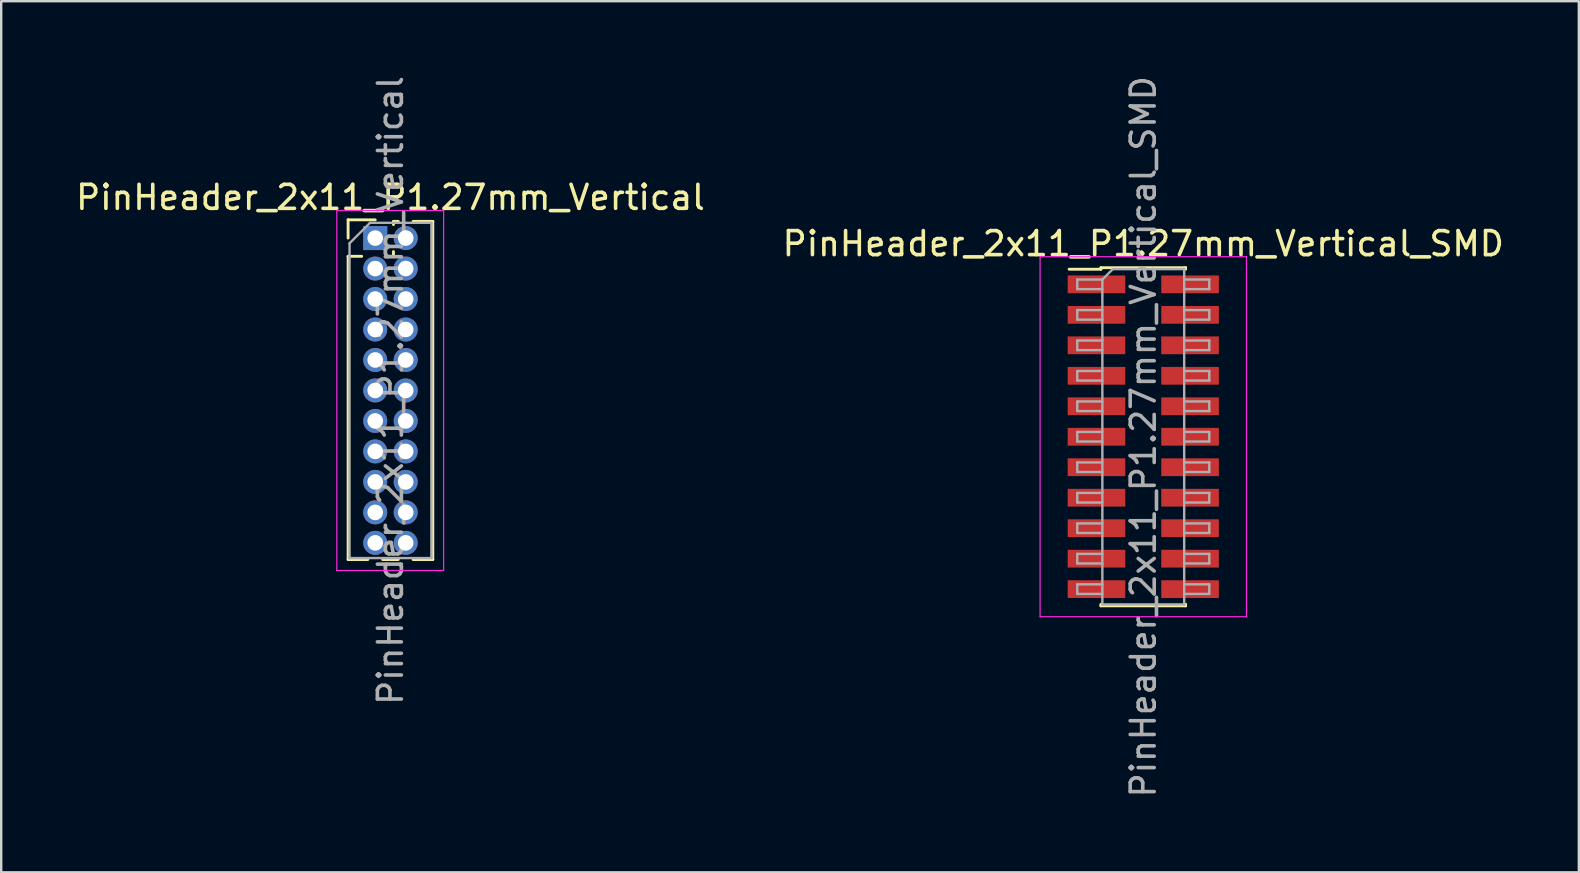
<source format=kicad_pcb>
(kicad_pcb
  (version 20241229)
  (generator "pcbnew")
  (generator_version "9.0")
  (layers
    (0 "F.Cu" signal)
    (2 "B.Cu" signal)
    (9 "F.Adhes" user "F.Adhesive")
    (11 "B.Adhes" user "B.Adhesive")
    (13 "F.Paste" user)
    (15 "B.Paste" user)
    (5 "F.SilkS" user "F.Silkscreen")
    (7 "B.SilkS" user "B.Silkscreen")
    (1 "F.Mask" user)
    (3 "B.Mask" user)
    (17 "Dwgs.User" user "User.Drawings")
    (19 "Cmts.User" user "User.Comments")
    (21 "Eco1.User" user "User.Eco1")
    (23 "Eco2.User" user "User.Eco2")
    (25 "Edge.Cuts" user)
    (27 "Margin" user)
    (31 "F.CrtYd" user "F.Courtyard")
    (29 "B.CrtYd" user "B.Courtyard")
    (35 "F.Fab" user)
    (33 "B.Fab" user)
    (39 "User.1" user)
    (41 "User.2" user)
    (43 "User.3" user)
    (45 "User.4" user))
  (footprint "PinHeader_2x11_P1.27mm_Vertical"
    (layer "F.Cu")
    (at 12.585 6.87)
    (property "Reference" "PinHeader_2x11_P1.27mm_Vertical" (at 0.635 -1.695 0) (layer "F.SilkS") (effects (font (size 1 1) (thickness 0.15))))
    (attr through_hole)
    (fp_line (start -1.13 -0.76) (end 0 -0.76) (stroke (width 0.12) (type solid)) (layer "F.SilkS"))
    (fp_line (start -1.13 0) (end -1.13 -0.76) (stroke (width 0.12) (type solid)) (layer "F.SilkS"))
    (fp_line (start -1.13 0.76) (end -1.13 13.395) (stroke (width 0.12) (type solid)) (layer "F.SilkS"))
    (fp_line (start -1.13 0.76) (end -0.563 0.76) (stroke (width 0.12) (type solid)) (layer "F.SilkS"))
    (fp_line (start -1.13 13.395) (end -0.308 13.395) (stroke (width 0.12) (type solid)) (layer "F.SilkS"))
    (fp_line (start 0.308 13.395) (end 0.962 13.395) (stroke (width 0.12) (type solid)) (layer "F.SilkS"))
    (fp_line (start 0.563 0.76) (end 0.707 0.76) (stroke (width 0.12) (type solid)) (layer "F.SilkS"))
    (fp_line (start 0.76 -0.695) (end 0.962 -0.695) (stroke (width 0.12) (type solid)) (layer "F.SilkS"))
    (fp_line (start 0.76 -0.563) (end 0.76 -0.695) (stroke (width 0.12) (type solid)) (layer "F.SilkS"))
    (fp_line (start 0.76 0.707) (end 0.76 0.563) (stroke (width 0.12) (type solid)) (layer "F.SilkS"))
    (fp_line (start 1.578 -0.695) (end 2.4 -0.695) (stroke (width 0.12) (type solid)) (layer "F.SilkS"))
    (fp_line (start 1.578 13.395) (end 2.4 13.395) (stroke (width 0.12) (type solid)) (layer "F.SilkS"))
    (fp_line (start 2.4 -0.695) (end 2.4 13.395) (stroke (width 0.12) (type solid)) (layer "F.SilkS"))
    (fp_line (start -1.6 -1.15) (end -1.6 13.85) (stroke (width 0.05) (type solid)) (layer "F.CrtYd"))
    (fp_line (start -1.6 13.85) (end 2.85 13.85) (stroke (width 0.05) (type solid)) (layer "F.CrtYd"))
    (fp_line (start 2.85 -1.15) (end -1.6 -1.15) (stroke (width 0.05) (type solid)) (layer "F.CrtYd"))
    (fp_line (start 2.85 13.85) (end 2.85 -1.15) (stroke (width 0.05) (type solid)) (layer "F.CrtYd"))
    (fp_line (start -1.07 0.217) (end -0.217 -0.635) (stroke (width 0.1) (type solid)) (layer "F.Fab"))
    (fp_line (start -1.07 13.335) (end -1.07 0.217) (stroke (width 0.1) (type solid)) (layer "F.Fab"))
    (fp_line (start -0.217 -0.635) (end 2.34 -0.635) (stroke (width 0.1) (type solid)) (layer "F.Fab"))
    (fp_line (start 2.34 -0.635) (end 2.34 13.335) (stroke (width 0.1) (type solid)) (layer "F.Fab"))
    (fp_line (start 2.34 13.335) (end -1.07 13.335) (stroke (width 0.1) (type solid)) (layer "F.Fab"))
    (fp_text user "${REFERENCE}" (at 0.635 6.35 90) (layer "F.Fab") (effects (font (size 1 1) (thickness 0.15))))
    (pad "1" thru_hole rect (at 0 0) (size 1 1) (drill 0.65) (layers "*.Cu" "*.Mask"))
    (pad "2" thru_hole oval (at 1.27 0) (size 1 1) (drill 0.65) (layers "*.Cu" "*.Mask"))
    (pad "3" thru_hole oval (at 0 1.27) (size 1 1) (drill 0.65) (layers "*.Cu" "*.Mask"))
    (pad "4" thru_hole oval (at 1.27 1.27) (size 1 1) (drill 0.65) (layers "*.Cu" "*.Mask"))
    (pad "5" thru_hole oval (at 0 2.54) (size 1 1) (drill 0.65) (layers "*.Cu" "*.Mask"))
    (pad "6" thru_hole oval (at 1.27 2.54) (size 1 1) (drill 0.65) (layers "*.Cu" "*.Mask"))
    (pad "7" thru_hole oval (at 0 3.81) (size 1 1) (drill 0.65) (layers "*.Cu" "*.Mask"))
    (pad "8" thru_hole oval (at 1.27 3.81) (size 1 1) (drill 0.65) (layers "*.Cu" "*.Mask"))
    (pad "9" thru_hole oval (at 0 5.08) (size 1 1) (drill 0.65) (layers "*.Cu" "*.Mask"))
    (pad "10" thru_hole oval (at 1.27 5.08) (size 1 1) (drill 0.65) (layers "*.Cu" "*.Mask"))
    (pad "11" thru_hole oval (at 0 6.35) (size 1 1) (drill 0.65) (layers "*.Cu" "*.Mask"))
    (pad "12" thru_hole oval (at 1.27 6.35) (size 1 1) (drill 0.65) (layers "*.Cu" "*.Mask"))
    (pad "13" thru_hole oval (at 0 7.62) (size 1 1) (drill 0.65) (layers "*.Cu" "*.Mask"))
    (pad "14" thru_hole oval (at 1.27 7.62) (size 1 1) (drill 0.65) (layers "*.Cu" "*.Mask"))
    (pad "15" thru_hole oval (at 0 8.89) (size 1 1) (drill 0.65) (layers "*.Cu" "*.Mask"))
    (pad "16" thru_hole oval (at 1.27 8.89) (size 1 1) (drill 0.65) (layers "*.Cu" "*.Mask"))
    (pad "17" thru_hole oval (at 0 10.16) (size 1 1) (drill 0.65) (layers "*.Cu" "*.Mask"))
    (pad "18" thru_hole oval (at 1.27 10.16) (size 1 1) (drill 0.65) (layers "*.Cu" "*.Mask"))
    (pad "19" thru_hole oval (at 0 11.43) (size 1 1) (drill 0.65) (layers "*.Cu" "*.Mask"))
    (pad "20" thru_hole oval (at 1.27 11.43) (size 1 1) (drill 0.65) (layers "*.Cu" "*.Mask"))
    (pad "21" thru_hole oval (at 0 12.7) (size 1 1) (drill 0.65) (layers "*.Cu" "*.Mask"))
    (pad "22" thru_hole oval (at 1.27 12.7) (size 1 1) (drill 0.65) (layers "*.Cu" "*.Mask")))
  (footprint "PinHeader_2x11_P1.27mm_Vertical_SMD"
    (layer "F.Cu")
    (at 44.589 15.149)
    (property "Reference" "PinHeader_2x11_P1.27mm_Vertical_SMD" (at 0 -8.045 0) (layer "F.SilkS") (effects (font (size 1 1) (thickness 0.15))))
    (attr smd)
    (fp_line (start -3.09 -6.98) (end -1.765 -6.98) (stroke (width 0.12) (type solid)) (layer "F.SilkS"))
    (fp_line (start -1.765 -7.045) (end -1.765 -6.98) (stroke (width 0.12) (type solid)) (layer "F.SilkS"))
    (fp_line (start -1.765 -7.045) (end 1.765 -7.045) (stroke (width 0.12) (type solid)) (layer "F.SilkS"))
    (fp_line (start -1.765 6.98) (end -1.765 7.045) (stroke (width 0.12) (type solid)) (layer "F.SilkS"))
    (fp_line (start -1.765 7.045) (end 1.765 7.045) (stroke (width 0.12) (type solid)) (layer "F.SilkS"))
    (fp_line (start 1.765 -7.045) (end 1.765 -6.98) (stroke (width 0.12) (type solid)) (layer "F.SilkS"))
    (fp_line (start 1.765 6.98) (end 1.765 7.045) (stroke (width 0.12) (type solid)) (layer "F.SilkS"))
    (fp_line (start -4.3 -7.5) (end -4.3 7.5) (stroke (width 0.05) (type solid)) (layer "F.CrtYd"))
    (fp_line (start -4.3 7.5) (end 4.3 7.5) (stroke (width 0.05) (type solid)) (layer "F.CrtYd"))
    (fp_line (start 4.3 -7.5) (end -4.3 -7.5) (stroke (width 0.05) (type solid)) (layer "F.CrtYd"))
    (fp_line (start 4.3 7.5) (end 4.3 -7.5) (stroke (width 0.05) (type solid)) (layer "F.CrtYd"))
    (fp_line (start -2.75 -6.55) (end -2.75 -6.15) (stroke (width 0.1) (type solid)) (layer "F.Fab"))
    (fp_line (start -2.75 -6.15) (end -1.705 -6.15) (stroke (width 0.1) (type solid)) (layer "F.Fab"))
    (fp_line (start -2.75 -5.28) (end -2.75 -4.88) (stroke (width 0.1) (type solid)) (layer "F.Fab"))
    (fp_line (start -2.75 -4.88) (end -1.705 -4.88) (stroke (width 0.1) (type solid)) (layer "F.Fab"))
    (fp_line (start -2.75 -4.01) (end -2.75 -3.61) (stroke (width 0.1) (type solid)) (layer "F.Fab"))
    (fp_line (start -2.75 -3.61) (end -1.705 -3.61) (stroke (width 0.1) (type solid)) (layer "F.Fab"))
    (fp_line (start -2.75 -2.74) (end -2.75 -2.34) (stroke (width 0.1) (type solid)) (layer "F.Fab"))
    (fp_line (start -2.75 -2.34) (end -1.705 -2.34) (stroke (width 0.1) (type solid)) (layer "F.Fab"))
    (fp_line (start -2.75 -1.47) (end -2.75 -1.07) (stroke (width 0.1) (type solid)) (layer "F.Fab"))
    (fp_line (start -2.75 -1.07) (end -1.705 -1.07) (stroke (width 0.1) (type solid)) (layer "F.Fab"))
    (fp_line (start -2.75 -0.2) (end -2.75 0.2) (stroke (width 0.1) (type solid)) (layer "F.Fab"))
    (fp_line (start -2.75 0.2) (end -1.705 0.2) (stroke (width 0.1) (type solid)) (layer "F.Fab"))
    (fp_line (start -2.75 1.07) (end -2.75 1.47) (stroke (width 0.1) (type solid)) (layer "F.Fab"))
    (fp_line (start -2.75 1.47) (end -1.705 1.47) (stroke (width 0.1) (type solid)) (layer "F.Fab"))
    (fp_line (start -2.75 2.34) (end -2.75 2.74) (stroke (width 0.1) (type solid)) (layer "F.Fab"))
    (fp_line (start -2.75 2.74) (end -1.705 2.74) (stroke (width 0.1) (type solid)) (layer "F.Fab"))
    (fp_line (start -2.75 3.61) (end -2.75 4.01) (stroke (width 0.1) (type solid)) (layer "F.Fab"))
    (fp_line (start -2.75 4.01) (end -1.705 4.01) (stroke (width 0.1) (type solid)) (layer "F.Fab"))
    (fp_line (start -2.75 4.88) (end -2.75 5.28) (stroke (width 0.1) (type solid)) (layer "F.Fab"))
    (fp_line (start -2.75 5.28) (end -1.705 5.28) (stroke (width 0.1) (type solid)) (layer "F.Fab"))
    (fp_line (start -2.75 6.15) (end -2.75 6.55) (stroke (width 0.1) (type solid)) (layer "F.Fab"))
    (fp_line (start -2.75 6.55) (end -1.705 6.55) (stroke (width 0.1) (type solid)) (layer "F.Fab"))
    (fp_line (start -1.705 -6.55) (end -2.75 -6.55) (stroke (width 0.1) (type solid)) (layer "F.Fab"))
    (fp_line (start -1.705 -6.55) (end -1.27 -6.985) (stroke (width 0.1) (type solid)) (layer "F.Fab"))
    (fp_line (start -1.705 -5.28) (end -2.75 -5.28) (stroke (width 0.1) (type solid)) (layer "F.Fab"))
    (fp_line (start -1.705 -4.01) (end -2.75 -4.01) (stroke (width 0.1) (type solid)) (layer "F.Fab"))
    (fp_line (start -1.705 -2.74) (end -2.75 -2.74) (stroke (width 0.1) (type solid)) (layer "F.Fab"))
    (fp_line (start -1.705 -1.47) (end -2.75 -1.47) (stroke (width 0.1) (type solid)) (layer "F.Fab"))
    (fp_line (start -1.705 -0.2) (end -2.75 -0.2) (stroke (width 0.1) (type solid)) (layer "F.Fab"))
    (fp_line (start -1.705 1.07) (end -2.75 1.07) (stroke (width 0.1) (type solid)) (layer "F.Fab"))
    (fp_line (start -1.705 2.34) (end -2.75 2.34) (stroke (width 0.1) (type solid)) (layer "F.Fab"))
    (fp_line (start -1.705 3.61) (end -2.75 3.61) (stroke (width 0.1) (type solid)) (layer "F.Fab"))
    (fp_line (start -1.705 4.88) (end -2.75 4.88) (stroke (width 0.1) (type solid)) (layer "F.Fab"))
    (fp_line (start -1.705 6.15) (end -2.75 6.15) (stroke (width 0.1) (type solid)) (layer "F.Fab"))
    (fp_line (start -1.705 6.985) (end -1.705 -6.55) (stroke (width 0.1) (type solid)) (layer "F.Fab"))
    (fp_line (start -1.27 -6.985) (end 1.705 -6.985) (stroke (width 0.1) (type solid)) (layer "F.Fab"))
    (fp_line (start 1.705 -6.985) (end 1.705 6.985) (stroke (width 0.1) (type solid)) (layer "F.Fab"))
    (fp_line (start 1.705 -6.55) (end 2.75 -6.55) (stroke (width 0.1) (type solid)) (layer "F.Fab"))
    (fp_line (start 1.705 -5.28) (end 2.75 -5.28) (stroke (width 0.1) (type solid)) (layer "F.Fab"))
    (fp_line (start 1.705 -4.01) (end 2.75 -4.01) (stroke (width 0.1) (type solid)) (layer "F.Fab"))
    (fp_line (start 1.705 -2.74) (end 2.75 -2.74) (stroke (width 0.1) (type solid)) (layer "F.Fab"))
    (fp_line (start 1.705 -1.47) (end 2.75 -1.47) (stroke (width 0.1) (type solid)) (layer "F.Fab"))
    (fp_line (start 1.705 -0.2) (end 2.75 -0.2) (stroke (width 0.1) (type solid)) (layer "F.Fab"))
    (fp_line (start 1.705 1.07) (end 2.75 1.07) (stroke (width 0.1) (type solid)) (layer "F.Fab"))
    (fp_line (start 1.705 2.34) (end 2.75 2.34) (stroke (width 0.1) (type solid)) (layer "F.Fab"))
    (fp_line (start 1.705 3.61) (end 2.75 3.61) (stroke (width 0.1) (type solid)) (layer "F.Fab"))
    (fp_line (start 1.705 4.88) (end 2.75 4.88) (stroke (width 0.1) (type solid)) (layer "F.Fab"))
    (fp_line (start 1.705 6.15) (end 2.75 6.15) (stroke (width 0.1) (type solid)) (layer "F.Fab"))
    (fp_line (start 1.705 6.985) (end -1.705 6.985) (stroke (width 0.1) (type solid)) (layer "F.Fab"))
    (fp_line (start 2.75 -6.55) (end 2.75 -6.15) (stroke (width 0.1) (type solid)) (layer "F.Fab"))
    (fp_line (start 2.75 -6.15) (end 1.705 -6.15) (stroke (width 0.1) (type solid)) (layer "F.Fab"))
    (fp_line (start 2.75 -5.28) (end 2.75 -4.88) (stroke (width 0.1) (type solid)) (layer "F.Fab"))
    (fp_line (start 2.75 -4.88) (end 1.705 -4.88) (stroke (width 0.1) (type solid)) (layer "F.Fab"))
    (fp_line (start 2.75 -4.01) (end 2.75 -3.61) (stroke (width 0.1) (type solid)) (layer "F.Fab"))
    (fp_line (start 2.75 -3.61) (end 1.705 -3.61) (stroke (width 0.1) (type solid)) (layer "F.Fab"))
    (fp_line (start 2.75 -2.74) (end 2.75 -2.34) (stroke (width 0.1) (type solid)) (layer "F.Fab"))
    (fp_line (start 2.75 -2.34) (end 1.705 -2.34) (stroke (width 0.1) (type solid)) (layer "F.Fab"))
    (fp_line (start 2.75 -1.47) (end 2.75 -1.07) (stroke (width 0.1) (type solid)) (layer "F.Fab"))
    (fp_line (start 2.75 -1.07) (end 1.705 -1.07) (stroke (width 0.1) (type solid)) (layer "F.Fab"))
    (fp_line (start 2.75 -0.2) (end 2.75 0.2) (stroke (width 0.1) (type solid)) (layer "F.Fab"))
    (fp_line (start 2.75 0.2) (end 1.705 0.2) (stroke (width 0.1) (type solid)) (layer "F.Fab"))
    (fp_line (start 2.75 1.07) (end 2.75 1.47) (stroke (width 0.1) (type solid)) (layer "F.Fab"))
    (fp_line (start 2.75 1.47) (end 1.705 1.47) (stroke (width 0.1) (type solid)) (layer "F.Fab"))
    (fp_line (start 2.75 2.34) (end 2.75 2.74) (stroke (width 0.1) (type solid)) (layer "F.Fab"))
    (fp_line (start 2.75 2.74) (end 1.705 2.74) (stroke (width 0.1) (type solid)) (layer "F.Fab"))
    (fp_line (start 2.75 3.61) (end 2.75 4.01) (stroke (width 0.1) (type solid)) (layer "F.Fab"))
    (fp_line (start 2.75 4.01) (end 1.705 4.01) (stroke (width 0.1) (type solid)) (layer "F.Fab"))
    (fp_line (start 2.75 4.88) (end 2.75 5.28) (stroke (width 0.1) (type solid)) (layer "F.Fab"))
    (fp_line (start 2.75 5.28) (end 1.705 5.28) (stroke (width 0.1) (type solid)) (layer "F.Fab"))
    (fp_line (start 2.75 6.15) (end 2.75 6.55) (stroke (width 0.1) (type solid)) (layer "F.Fab"))
    (fp_line (start 2.75 6.55) (end 1.705 6.55) (stroke (width 0.1) (type solid)) (layer "F.Fab"))
    (fp_text user "${REFERENCE}" (at 0 0 90) (layer "F.Fab") (effects (font (size 1 1) (thickness 0.15))))
    (pad "1" smd rect (at -1.95 -6.35) (size 2.4 0.74) (layers "F.Cu" "F.Mask" "F.Paste"))
    (pad "2" smd rect (at 1.95 -6.35) (size 2.4 0.74) (layers "F.Cu" "F.Mask" "F.Paste"))
    (pad "3" smd rect (at -1.95 -5.08) (size 2.4 0.74) (layers "F.Cu" "F.Mask" "F.Paste"))
    (pad "4" smd rect (at 1.95 -5.08) (size 2.4 0.74) (layers "F.Cu" "F.Mask" "F.Paste"))
    (pad "5" smd rect (at -1.95 -3.81) (size 2.4 0.74) (layers "F.Cu" "F.Mask" "F.Paste"))
    (pad "6" smd rect (at 1.95 -3.81) (size 2.4 0.74) (layers "F.Cu" "F.Mask" "F.Paste"))
    (pad "7" smd rect (at -1.95 -2.54) (size 2.4 0.74) (layers "F.Cu" "F.Mask" "F.Paste"))
    (pad "8" smd rect (at 1.95 -2.54) (size 2.4 0.74) (layers "F.Cu" "F.Mask" "F.Paste"))
    (pad "9" smd rect (at -1.95 -1.27) (size 2.4 0.74) (layers "F.Cu" "F.Mask" "F.Paste"))
    (pad "10" smd rect (at 1.95 -1.27) (size 2.4 0.74) (layers "F.Cu" "F.Mask" "F.Paste"))
    (pad "11" smd rect (at -1.95 0) (size 2.4 0.74) (layers "F.Cu" "F.Mask" "F.Paste"))
    (pad "12" smd rect (at 1.95 0) (size 2.4 0.74) (layers "F.Cu" "F.Mask" "F.Paste"))
    (pad "13" smd rect (at -1.95 1.27) (size 2.4 0.74) (layers "F.Cu" "F.Mask" "F.Paste"))
    (pad "14" smd rect (at 1.95 1.27) (size 2.4 0.74) (layers "F.Cu" "F.Mask" "F.Paste"))
    (pad "15" smd rect (at -1.95 2.54) (size 2.4 0.74) (layers "F.Cu" "F.Mask" "F.Paste"))
    (pad "16" smd rect (at 1.95 2.54) (size 2.4 0.74) (layers "F.Cu" "F.Mask" "F.Paste"))
    (pad "17" smd rect (at -1.95 3.81) (size 2.4 0.74) (layers "F.Cu" "F.Mask" "F.Paste"))
    (pad "18" smd rect (at 1.95 3.81) (size 2.4 0.74) (layers "F.Cu" "F.Mask" "F.Paste"))
    (pad "19" smd rect (at -1.95 5.08) (size 2.4 0.74) (layers "F.Cu" "F.Mask" "F.Paste"))
    (pad "20" smd rect (at 1.95 5.08) (size 2.4 0.74) (layers "F.Cu" "F.Mask" "F.Paste"))
    (pad "21" smd rect (at -1.95 6.35) (size 2.4 0.74) (layers "F.Cu" "F.Mask" "F.Paste"))
    (pad "22" smd rect (at 1.95 6.35) (size 2.4 0.74) (layers "F.Cu" "F.Mask" "F.Paste")))
  (gr_rect
    (start -3 -3)
    (end 62.738 33.298)
    (stroke (width 0.1) (type default))
    (fill no)
    (layer "Edge.Cuts")))
</source>
